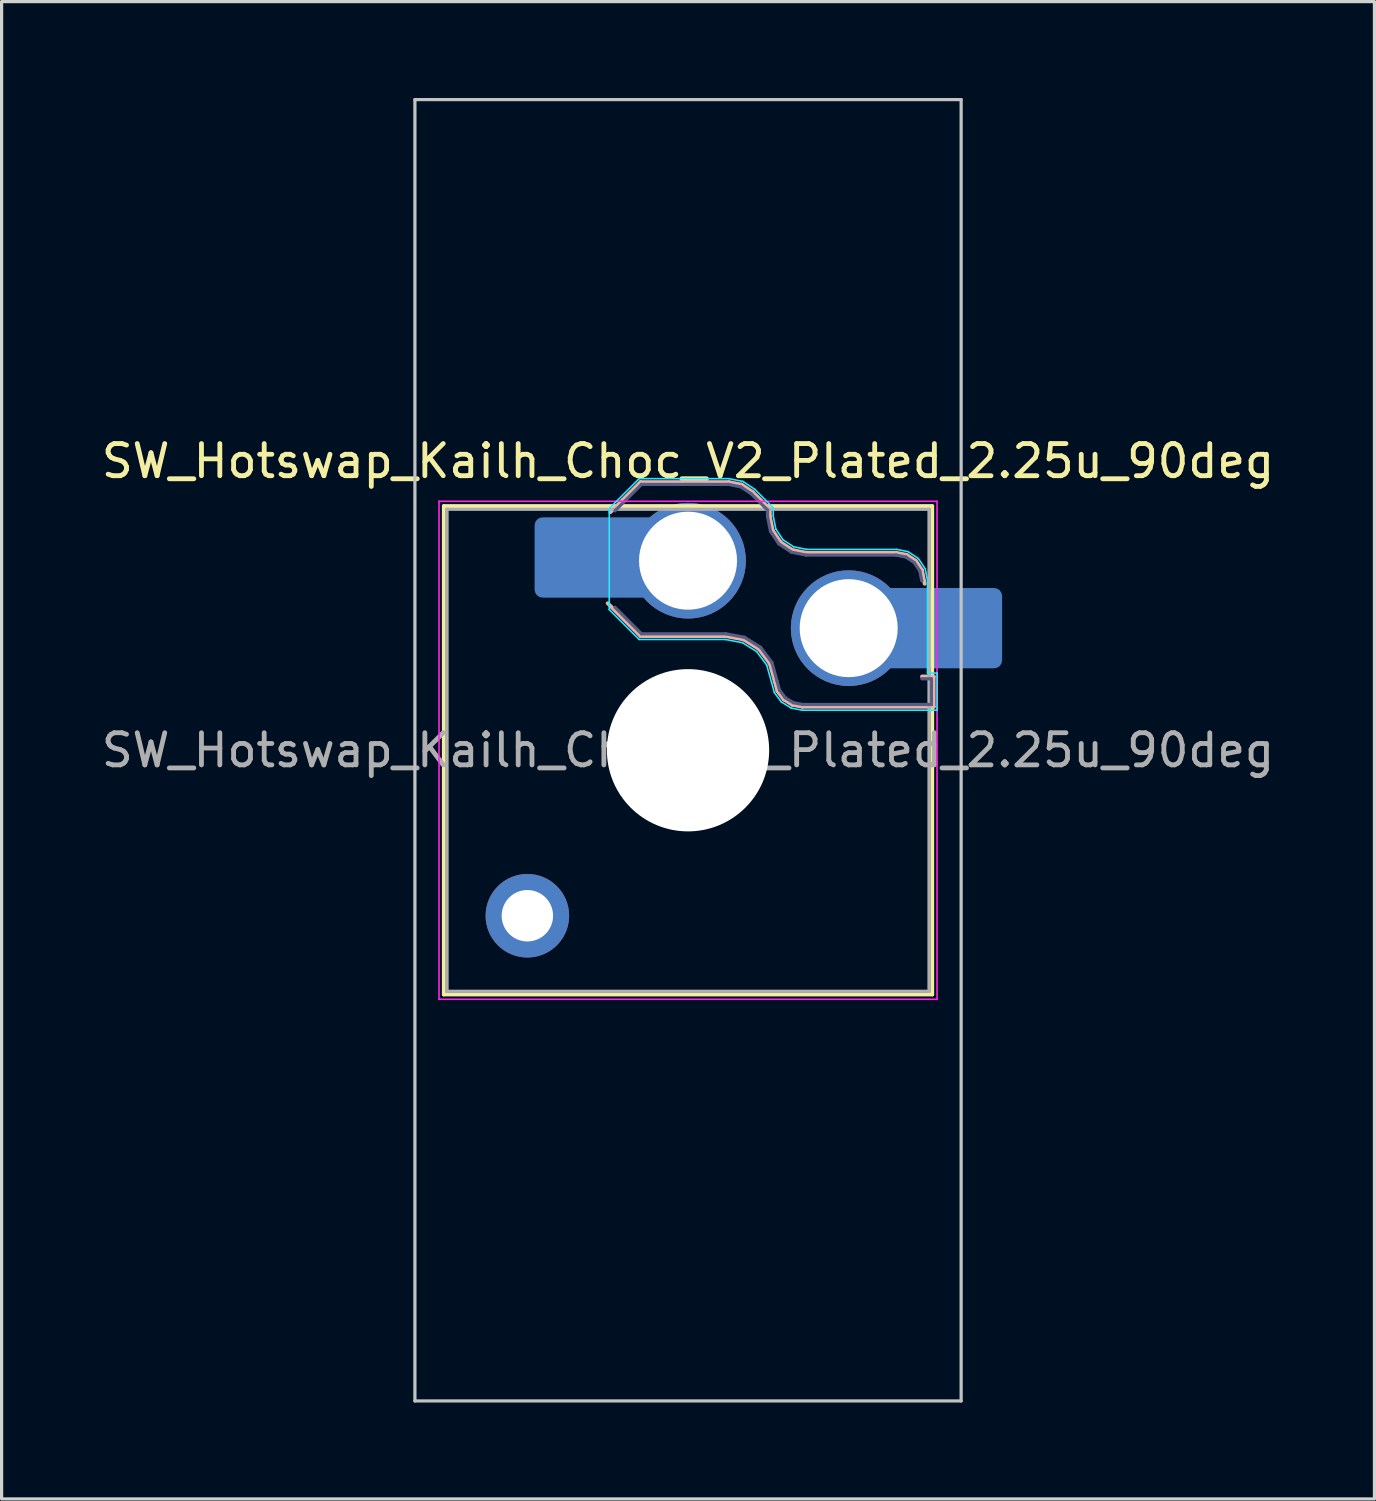
<source format=kicad_pcb>
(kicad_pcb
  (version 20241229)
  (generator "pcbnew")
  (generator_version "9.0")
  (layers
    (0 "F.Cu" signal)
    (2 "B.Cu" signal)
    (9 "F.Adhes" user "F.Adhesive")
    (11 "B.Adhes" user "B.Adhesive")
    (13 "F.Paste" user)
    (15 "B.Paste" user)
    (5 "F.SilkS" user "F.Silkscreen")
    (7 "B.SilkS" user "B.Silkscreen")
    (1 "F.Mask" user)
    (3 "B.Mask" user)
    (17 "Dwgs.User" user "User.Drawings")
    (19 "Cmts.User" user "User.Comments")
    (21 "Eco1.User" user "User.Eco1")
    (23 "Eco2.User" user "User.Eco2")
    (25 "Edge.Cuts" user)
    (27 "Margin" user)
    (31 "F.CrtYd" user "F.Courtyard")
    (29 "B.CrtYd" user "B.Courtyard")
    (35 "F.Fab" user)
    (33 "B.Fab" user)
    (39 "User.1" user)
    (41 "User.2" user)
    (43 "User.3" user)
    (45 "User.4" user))
  (footprint "SW_Hotswap_Kailh_Choc_V2_Plated_2.25u_90deg"
    (layer "F.Cu")
    (at 18.363 20.3)
    (property "Reference" "SW_Hotswap_Kailh_Choc_V2_Plated_2.25u_90deg" (at 0 -9 0) (layer "F.SilkS") (effects (font (size 1 1) (thickness 0.15))))
    (attr smd)
    (fp_line (start -7.6 -7.6) (end -7.6 7.6) (stroke (width 0.12) (type solid)) (layer "F.SilkS"))
    (fp_line (start -7.6 7.6) (end 7.6 7.6) (stroke (width 0.12) (type solid)) (layer "F.SilkS"))
    (fp_line (start 7.6 -7.6) (end -7.6 -7.6) (stroke (width 0.12) (type solid)) (layer "F.SilkS"))
    (fp_line (start 7.6 7.6) (end 7.6 -7.6) (stroke (width 0.12) (type solid)) (layer "F.SilkS"))
    (fp_line (start -2.416 -7.409) (end -1.479 -8.346) (stroke (width 0.12) (type solid)) (layer "B.SilkS"))
    (fp_line (start -1.479 -8.346) (end 1.268 -8.346) (stroke (width 0.12) (type solid)) (layer "B.SilkS"))
    (fp_line (start -1.479 -3.554) (end -2.5 -4.575) (stroke (width 0.12) (type solid)) (layer "B.SilkS"))
    (fp_line (start 1.168 -3.554) (end -1.479 -3.554) (stroke (width 0.12) (type solid)) (layer "B.SilkS"))
    (fp_line (start 1.268 -8.346) (end 1.671 -8.266) (stroke (width 0.12) (type solid)) (layer "B.SilkS"))
    (fp_line (start 1.671 -8.266) (end 2.013 -8.037) (stroke (width 0.12) (type solid)) (layer "B.SilkS"))
    (fp_line (start 1.73 -3.449) (end 1.168 -3.554) (stroke (width 0.12) (type solid)) (layer "B.SilkS"))
    (fp_line (start 2.013 -8.037) (end 2.546 -7.504) (stroke (width 0.12) (type solid)) (layer "B.SilkS"))
    (fp_line (start 2.209 -3.15) (end 1.73 -3.449) (stroke (width 0.12) (type solid)) (layer "B.SilkS"))
    (fp_line (start 2.546 -7.504) (end 2.546 -7.282) (stroke (width 0.12) (type solid)) (layer "B.SilkS"))
    (fp_line (start 2.546 -7.282) (end 2.633 -6.844) (stroke (width 0.12) (type solid)) (layer "B.SilkS"))
    (fp_line (start 2.547 -2.697) (end 2.209 -3.15) (stroke (width 0.12) (type solid)) (layer "B.SilkS"))
    (fp_line (start 2.633 -6.844) (end 2.877 -6.477) (stroke (width 0.12) (type solid)) (layer "B.SilkS"))
    (fp_line (start 2.701 -2.139) (end 2.547 -2.697) (stroke (width 0.12) (type solid)) (layer "B.SilkS"))
    (fp_line (start 2.783 -1.841) (end 2.701 -2.139) (stroke (width 0.12) (type solid)) (layer "B.SilkS"))
    (fp_line (start 2.877 -6.477) (end 3.244 -6.233) (stroke (width 0.12) (type solid)) (layer "B.SilkS"))
    (fp_line (start 2.976 -1.583) (end 2.783 -1.841) (stroke (width 0.12) (type solid)) (layer "B.SilkS"))
    (fp_line (start 3.244 -6.233) (end 3.682 -6.146) (stroke (width 0.12) (type solid)) (layer "B.SilkS"))
    (fp_line (start 3.25 -1.413) (end 2.976 -1.583) (stroke (width 0.12) (type solid)) (layer "B.SilkS"))
    (fp_line (start 3.56 -1.354) (end 3.25 -1.413) (stroke (width 0.12) (type solid)) (layer "B.SilkS"))
    (fp_line (start 3.682 -6.146) (end 6.482 -6.146) (stroke (width 0.12) (type solid)) (layer "B.SilkS"))
    (fp_line (start 6.482 -6.146) (end 6.809 -6.081) (stroke (width 0.12) (type solid)) (layer "B.SilkS"))
    (fp_line (start 6.809 -6.081) (end 7.092 -5.892) (stroke (width 0.12) (type solid)) (layer "B.SilkS"))
    (fp_line (start 7.092 -5.892) (end 7.281 -5.609) (stroke (width 0.12) (type solid)) (layer "B.SilkS"))
    (fp_line (start 7.281 -5.609) (end 7.366 -5.182) (stroke (width 0.12) (type solid)) (layer "B.SilkS"))
    (fp_line (start 7.283 -2.296) (end 7.646 -2.296) (stroke (width 0.12) (type solid)) (layer "B.SilkS"))
    (fp_line (start 7.646 -2.296) (end 7.646 -1.354) (stroke (width 0.12) (type solid)) (layer "B.SilkS"))
    (fp_line (start 7.646 -1.354) (end 3.56 -1.354) (stroke (width 0.12) (type solid)) (layer "B.SilkS"))
    (fp_line (start -8.5 -20.25) (end 8.5 -20.25) (stroke (width 0.1) (type solid)) (layer "Dwgs.User"))
    (fp_line (start -8.5 20.25) (end -8.5 -20.25) (stroke (width 0.1) (type solid)) (layer "Dwgs.User"))
    (fp_line (start 8.5 -20.25) (end 8.5 20.25) (stroke (width 0.1) (type solid)) (layer "Dwgs.User"))
    (fp_line (start 8.5 20.25) (end -8.5 20.25) (stroke (width 0.1) (type solid)) (layer "Dwgs.User"))
    (fp_line (start -7.25 -7.25) (end -7.25 7.25) (stroke (width 0.1) (type solid)) (layer "Eco1.User"))
    (fp_line (start -7.25 7.25) (end 7.25 7.25) (stroke (width 0.1) (type solid)) (layer "Eco1.User"))
    (fp_line (start 7.25 -7.25) (end -7.25 -7.25) (stroke (width 0.1) (type solid)) (layer "Eco1.User"))
    (fp_line (start 7.25 7.25) (end 7.25 -7.25) (stroke (width 0.1) (type solid)) (layer "Eco1.User"))
    (fp_line (start -2.452 -7.523) (end -1.523 -8.452) (stroke (width 0.05) (type solid)) (layer "B.CrtYd"))
    (fp_line (start -2.452 -4.377) (end -2.452 -7.523) (stroke (width 0.05) (type solid)) (layer "B.CrtYd"))
    (fp_line (start -1.523 -8.452) (end 1.278 -8.452) (stroke (width 0.05) (type solid)) (layer "B.CrtYd"))
    (fp_line (start -1.523 -3.448) (end -2.452 -4.377) (stroke (width 0.05) (type solid)) (layer "B.CrtYd"))
    (fp_line (start 1.159 -3.448) (end -1.523 -3.448) (stroke (width 0.05) (type solid)) (layer "B.CrtYd"))
    (fp_line (start 1.278 -8.452) (end 1.712 -8.366) (stroke (width 0.05) (type solid)) (layer "B.CrtYd"))
    (fp_line (start 1.691 -3.348) (end 1.159 -3.448) (stroke (width 0.05) (type solid)) (layer "B.CrtYd"))
    (fp_line (start 1.712 -8.366) (end 2.081 -8.119) (stroke (width 0.05) (type solid)) (layer "B.CrtYd"))
    (fp_line (start 2.081 -8.119) (end 2.652 -7.548) (stroke (width 0.05) (type solid)) (layer "B.CrtYd"))
    (fp_line (start 2.136 -3.071) (end 1.691 -3.348) (stroke (width 0.05) (type solid)) (layer "B.CrtYd"))
    (fp_line (start 2.45 -2.65) (end 2.136 -3.071) (stroke (width 0.05) (type solid)) (layer "B.CrtYd"))
    (fp_line (start 2.599 -2.111) (end 2.45 -2.65) (stroke (width 0.05) (type solid)) (layer "B.CrtYd"))
    (fp_line (start 2.652 -7.548) (end 2.652 -7.292) (stroke (width 0.05) (type solid)) (layer "B.CrtYd"))
    (fp_line (start 2.652 -7.292) (end 2.733 -6.885) (stroke (width 0.05) (type solid)) (layer "B.CrtYd"))
    (fp_line (start 2.687 -1.794) (end 2.599 -2.111) (stroke (width 0.05) (type solid)) (layer "B.CrtYd"))
    (fp_line (start 2.733 -6.885) (end 2.953 -6.553) (stroke (width 0.05) (type solid)) (layer "B.CrtYd"))
    (fp_line (start 2.903 -1.503) (end 2.687 -1.794) (stroke (width 0.05) (type solid)) (layer "B.CrtYd"))
    (fp_line (start 2.953 -6.553) (end 3.285 -6.333) (stroke (width 0.05) (type solid)) (layer "B.CrtYd"))
    (fp_line (start 3.211 -1.312) (end 2.903 -1.503) (stroke (width 0.05) (type solid)) (layer "B.CrtYd"))
    (fp_line (start 3.285 -6.333) (end 3.692 -6.252) (stroke (width 0.05) (type solid)) (layer "B.CrtYd"))
    (fp_line (start 3.55 -1.248) (end 3.211 -1.312) (stroke (width 0.05) (type solid)) (layer "B.CrtYd"))
    (fp_line (start 3.692 -6.252) (end 6.492 -6.252) (stroke (width 0.05) (type solid)) (layer "B.CrtYd"))
    (fp_line (start 6.492 -6.252) (end 6.85 -6.181) (stroke (width 0.05) (type solid)) (layer "B.CrtYd"))
    (fp_line (start 6.85 -6.181) (end 7.168 -5.968) (stroke (width 0.05) (type solid)) (layer "B.CrtYd"))
    (fp_line (start 7.168 -5.968) (end 7.381 -5.65) (stroke (width 0.05) (type solid)) (layer "B.CrtYd"))
    (fp_line (start 7.381 -5.65) (end 7.452 -5.292) (stroke (width 0.05) (type solid)) (layer "B.CrtYd"))
    (fp_line (start 7.452 -5.292) (end 7.452 -2.402) (stroke (width 0.05) (type solid)) (layer "B.CrtYd"))
    (fp_line (start 7.452 -2.402) (end 7.752 -2.402) (stroke (width 0.05) (type solid)) (layer "B.CrtYd"))
    (fp_line (start 7.752 -2.402) (end 7.752 -1.248) (stroke (width 0.05) (type solid)) (layer "B.CrtYd"))
    (fp_line (start 7.752 -1.248) (end 3.55 -1.248) (stroke (width 0.05) (type solid)) (layer "B.CrtYd"))
    (fp_line (start -7.75 -7.75) (end -7.75 7.75) (stroke (width 0.05) (type solid)) (layer "F.CrtYd"))
    (fp_line (start -7.75 7.75) (end 7.75 7.75) (stroke (width 0.05) (type solid)) (layer "F.CrtYd"))
    (fp_line (start 7.75 -7.75) (end -7.75 -7.75) (stroke (width 0.05) (type solid)) (layer "F.CrtYd"))
    (fp_line (start 7.75 7.75) (end 7.75 -7.75) (stroke (width 0.05) (type solid)) (layer "F.CrtYd"))
    (fp_line (start -2.275 -7.45) (end -1.45 -8.275) (stroke (width 0.1) (type solid)) (layer "B.Fab"))
    (fp_line (start -1.45 -8.275) (end 1.261 -8.275) (stroke (width 0.1) (type solid)) (layer "B.Fab"))
    (fp_line (start -1.45 -3.625) (end -2.275 -4.45) (stroke (width 0.1) (type solid)) (layer "B.Fab"))
    (fp_line (start 1.175 -3.625) (end -1.45 -3.625) (stroke (width 0.1) (type solid)) (layer "B.Fab"))
    (fp_line (start 1.261 -8.275) (end 1.643 -8.199) (stroke (width 0.1) (type solid)) (layer "B.Fab"))
    (fp_line (start 1.643 -8.199) (end 1.968 -7.982) (stroke (width 0.1) (type solid)) (layer "B.Fab"))
    (fp_line (start 1.756 -3.516) (end 1.175 -3.625) (stroke (width 0.1) (type solid)) (layer "B.Fab"))
    (fp_line (start 1.968 -7.982) (end 2.475 -7.475) (stroke (width 0.1) (type solid)) (layer "B.Fab"))
    (fp_line (start 2.258 -3.203) (end 1.756 -3.516) (stroke (width 0.1) (type solid)) (layer "B.Fab"))
    (fp_line (start 2.475 -7.475) (end 2.475 -7.275) (stroke (width 0.1) (type solid)) (layer "B.Fab"))
    (fp_line (start 2.475 -7.275) (end 2.566 -6.816) (stroke (width 0.1) (type solid)) (layer "B.Fab"))
    (fp_line (start 2.566 -6.816) (end 2.826 -6.426) (stroke (width 0.1) (type solid)) (layer "B.Fab"))
    (fp_line (start 2.612 -2.729) (end 2.258 -3.203) (stroke (width 0.1) (type solid)) (layer "B.Fab"))
    (fp_line (start 2.769 -2.158) (end 2.612 -2.729) (stroke (width 0.1) (type solid)) (layer "B.Fab"))
    (fp_line (start 2.826 -6.426) (end 3.216 -6.166) (stroke (width 0.1) (type solid)) (layer "B.Fab"))
    (fp_line (start 2.848 -1.873) (end 2.769 -2.158) (stroke (width 0.1) (type solid)) (layer "B.Fab"))
    (fp_line (start 3.025 -1.636) (end 2.848 -1.873) (stroke (width 0.1) (type solid)) (layer "B.Fab"))
    (fp_line (start 3.216 -6.166) (end 3.675 -6.075) (stroke (width 0.1) (type solid)) (layer "B.Fab"))
    (fp_line (start 3.276 -1.48) (end 3.025 -1.636) (stroke (width 0.1) (type solid)) (layer "B.Fab"))
    (fp_line (start 3.567 -1.425) (end 3.276 -1.48) (stroke (width 0.1) (type solid)) (layer "B.Fab"))
    (fp_line (start 3.675 -6.075) (end 6.475 -6.075) (stroke (width 0.1) (type solid)) (layer "B.Fab"))
    (fp_line (start 6.475 -6.075) (end 6.781 -6.014) (stroke (width 0.1) (type solid)) (layer "B.Fab"))
    (fp_line (start 6.781 -6.014) (end 7.041 -5.841) (stroke (width 0.1) (type solid)) (layer "B.Fab"))
    (fp_line (start 7.041 -5.841) (end 7.214 -5.581) (stroke (width 0.1) (type solid)) (layer "B.Fab"))
    (fp_line (start 7.214 -5.581) (end 7.275 -5.275) (stroke (width 0.1) (type solid)) (layer "B.Fab"))
    (fp_line (start 7.275 -2.225) (end 7.575 -2.225) (stroke (width 0.1) (type solid)) (layer "B.Fab"))
    (fp_line (start 7.575 -2.225) (end 7.575 -1.425) (stroke (width 0.1) (type solid)) (layer "B.Fab"))
    (fp_line (start 7.575 -1.425) (end 3.567 -1.425) (stroke (width 0.1) (type solid)) (layer "B.Fab"))
    (fp_line (start -7.5 -7.5) (end -7.5 7.5) (stroke (width 0.1) (type solid)) (layer "F.Fab"))
    (fp_line (start -7.5 7.5) (end 7.5 7.5) (stroke (width 0.1) (type solid)) (layer "F.Fab"))
    (fp_line (start 7.5 -7.5) (end -7.5 -7.5) (stroke (width 0.1) (type solid)) (layer "F.Fab"))
    (fp_line (start 7.5 7.5) (end 7.5 -7.5) (stroke (width 0.1) (type solid)) (layer "F.Fab"))
    (fp_text user "${REFERENCE}" (at 0 0 0) (layer "F.Fab") (effects (font (size 1 1) (thickness 0.15))))
    (pad "" thru_hole circle (at -5 5.15) (size 2.6 2.6) (drill 1.6) (layers "*.Cu" "*.Mask"))
    (pad "" smd roundrect (at -3.5 -6) (size 2.55 2.5) (layers "B.Mask" "B.Paste") (roundrect_rratio 0.1))
    (pad "" np_thru_hole circle (at 0 0) (size 5.05 5.05) (drill 5.05) (layers "*.Cu" "*.Mask"))
    (pad "" smd roundrect (at 8.5 -3.8) (size 2.55 2.5) (layers "B.Mask" "B.Paste") (roundrect_rratio 0.1))
    (pad "1" smd roundrect (at -2.85 -6) (size 3.85 2.5) (layers "B.Cu") (roundrect_rratio 0.1))
    (pad "1" thru_hole circle (at 0 -5.9) (size 3.6 3.6) (drill 3.05) (layers "*.Cu" "*.Mask"))
    (pad "2" thru_hole circle (at 5 -3.8) (size 3.6 3.6) (drill 3.05) (layers "*.Cu" "*.Mask"))
    (pad "2" smd roundrect (at 7.85 -3.8) (size 3.85 2.5) (layers "B.Cu") (roundrect_rratio 0.1)))
  (gr_rect
    (start -3 -3)
    (end 39.726 43.6)
    (stroke (width 0.1) (type default))
    (fill no)
    (layer "Edge.Cuts")))
</source>
